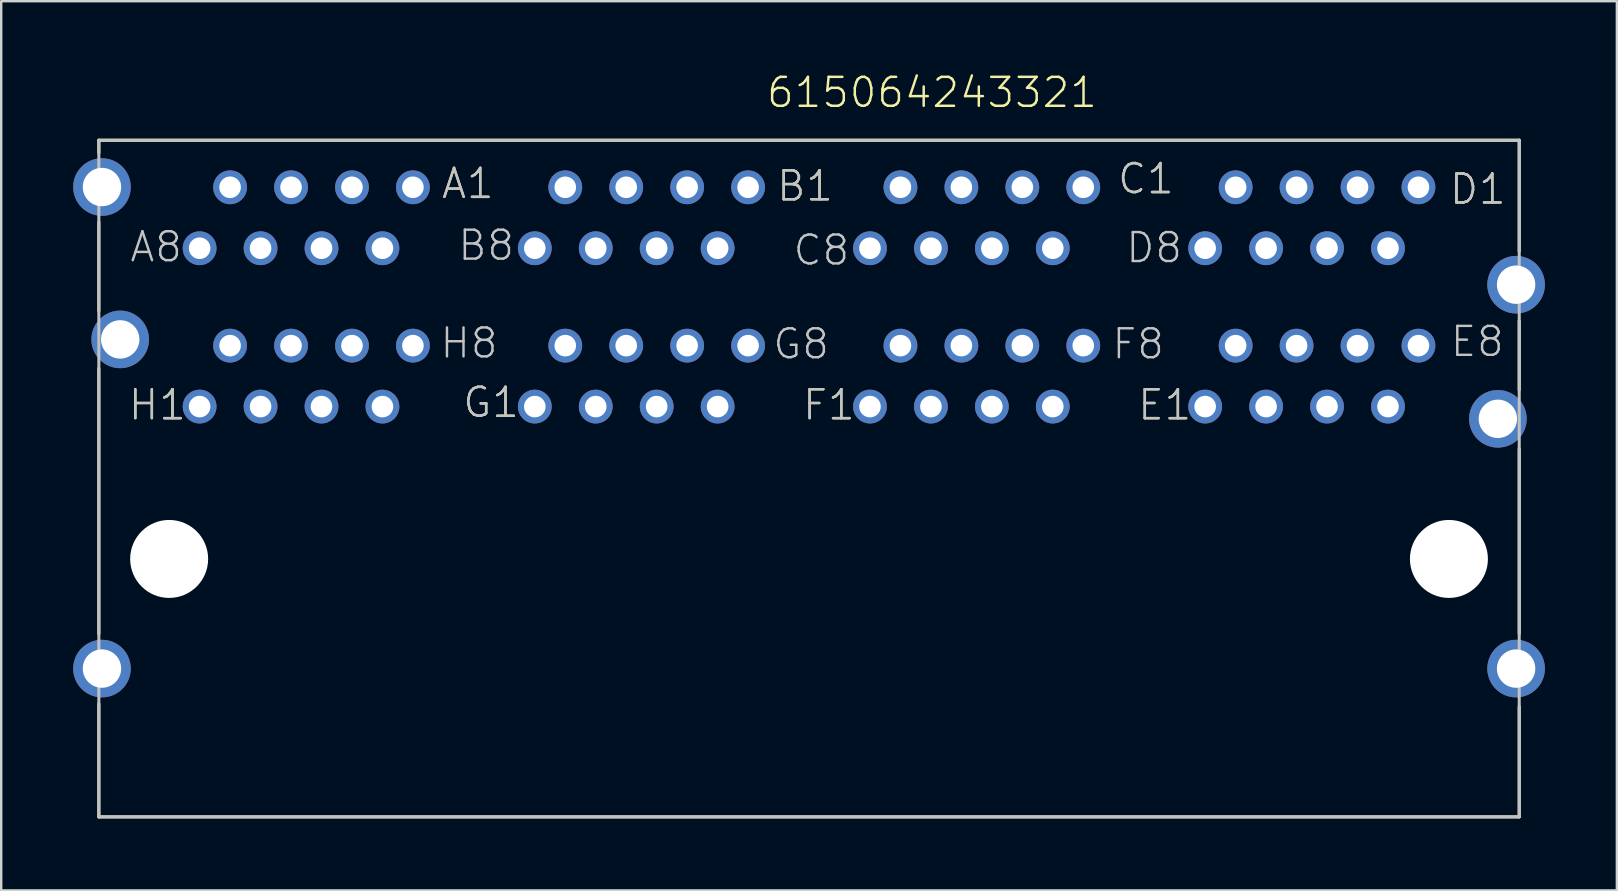
<source format=kicad_pcb>
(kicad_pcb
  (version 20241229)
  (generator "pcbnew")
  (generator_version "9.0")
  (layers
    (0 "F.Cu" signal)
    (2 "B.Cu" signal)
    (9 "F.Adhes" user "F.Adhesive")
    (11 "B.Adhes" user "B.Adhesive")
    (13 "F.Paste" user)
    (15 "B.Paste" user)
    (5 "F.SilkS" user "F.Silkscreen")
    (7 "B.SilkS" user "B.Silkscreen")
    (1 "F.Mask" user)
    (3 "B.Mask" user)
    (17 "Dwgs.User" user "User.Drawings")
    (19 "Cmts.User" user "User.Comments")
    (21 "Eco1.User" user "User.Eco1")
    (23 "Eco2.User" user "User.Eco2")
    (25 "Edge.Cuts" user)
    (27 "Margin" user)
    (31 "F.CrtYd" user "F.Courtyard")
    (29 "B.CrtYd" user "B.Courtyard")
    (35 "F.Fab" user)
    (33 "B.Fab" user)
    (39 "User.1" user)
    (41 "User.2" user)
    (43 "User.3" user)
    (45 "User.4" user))
  (footprint "615064243321"
    (layer "F.Cu")
    (at 30.67 20.246)
    (property "Reference" "615064243321" (at -1.835 -18.735 0) (layer "F.SilkS") (effects (font (size 1.206 1.206) (thickness 0.102)) (justify left bottom)))
    (attr through_hole)
    (fp_line (start -29.6 -17.45) (end 29.6 -17.45) (stroke (width 0.127) (type solid)) (layer "F.SilkS"))
    (fp_line (start -29.6 -16.93) (end -29.6 -17.45) (stroke (width 0.127) (type solid)) (layer "F.SilkS"))
    (fp_line (start -29.6 -14.04) (end -29.6 -10.34) (stroke (width 0.127) (type solid)) (layer "F.SilkS"))
    (fp_line (start -29.6 -7.94) (end -29.6 3.12) (stroke (width 0.127) (type solid)) (layer "F.SilkS"))
    (fp_line (start -29.6 10.75) (end -29.6 6.04) (stroke (width 0.127) (type solid)) (layer "F.SilkS"))
    (fp_line (start 29.6 -17.45) (end 29.6 -12.82) (stroke (width 0.127) (type solid)) (layer "F.SilkS"))
    (fp_line (start 29.6 -9.92) (end 29.6 -7.04) (stroke (width 0.127) (type solid)) (layer "F.SilkS"))
    (fp_line (start 29.6 -4.58) (end 29.6 3.12) (stroke (width 0.127) (type solid)) (layer "F.SilkS"))
    (fp_line (start 29.6 6.16) (end 29.6 10.75) (stroke (width 0.127) (type solid)) (layer "F.SilkS"))
    (fp_line (start 29.6 10.75) (end -29.6 10.75) (stroke (width 0.127) (type solid)) (layer "F.SilkS"))
    (fp_line (start -29.6 -17.45) (end 29.6 -17.45) (stroke (width 0.127) (type solid)) (layer "Dwgs.User"))
    (fp_line (start -29.6 10.75) (end -29.6 -17.45) (stroke (width 0.127) (type solid)) (layer "Dwgs.User"))
    (fp_line (start 29.6 -17.45) (end 29.6 10.75) (stroke (width 0.127) (type solid)) (layer "Dwgs.User"))
    (fp_line (start 29.6 10.75) (end -29.6 10.75) (stroke (width 0.127) (type solid)) (layer "Dwgs.User"))
    (fp_text user "G1" (at -14.5 -5.815 0) (layer "F.SilkS") (effects (font (size 1.206 1.206) (thickness 0.102)) (justify left bottom)))
    (fp_text user "D1" (at 26.63 -14.705 0) (layer "F.SilkS") (effects (font (size 1.206 1.206) (thickness 0.102)) (justify left bottom)))
    (fp_text user "A1" (at -15.38 -14.94 0) (layer "F.SilkS") (effects (font (size 1.206 1.206) (thickness 0.102)) (justify left bottom)))
    (fp_text user "E1" (at 13.64 -5.715 0) (layer "F.SilkS") (effects (font (size 1.206 1.206) (thickness 0.102)) (justify left bottom)))
    (fp_text user "H1" (at -28.435 -5.715 0) (layer "F.SilkS") (effects (font (size 1.206 1.206) (thickness 0.102)) (justify left bottom)))
    (fp_text user "C1" (at 12.795 -15.14 0) (layer "F.SilkS") (effects (font (size 1.206 1.206) (thickness 0.102)) (justify left bottom)))
    (fp_text user "B1" (at -1.41 -14.84 0) (layer "F.SilkS") (effects (font (size 1.206 1.206) (thickness 0.102)) (justify left bottom)))
    (fp_text user "F1" (at -0.33 -5.715 0) (layer "F.SilkS") (effects (font (size 1.206 1.206) (thickness 0.102)) (justify left bottom)))
    (fp_text user "G1" (at -14.5 -5.815 0) (layer "Dwgs.User") (effects (font (size 1.206 1.206) (thickness 0.102)) (justify left bottom)))
    (fp_text user "H1" (at -28.435 -5.715 0) (layer "Dwgs.User") (effects (font (size 1.206 1.206) (thickness 0.102)) (justify left bottom)))
    (fp_text user "B8" (at -14.7 -12.365 0) (layer "Dwgs.User") (effects (font (size 1.206 1.206) (thickness 0.102)) (justify left bottom)))
    (fp_text user "C8" (at -0.73 -12.165 0) (layer "Dwgs.User") (effects (font (size 1.206 1.206) (thickness 0.102)) (justify left bottom)))
    (fp_text user "E8" (at 26.665 -8.355 0) (layer "Dwgs.User") (effects (font (size 1.206 1.206) (thickness 0.102)) (justify left bottom)))
    (fp_text user "D8" (at 13.14 -12.265 0) (layer "Dwgs.User") (effects (font (size 1.206 1.206) (thickness 0.102)) (justify left bottom)))
    (fp_text user "C1" (at 12.795 -15.14 0) (layer "Dwgs.User") (effects (font (size 1.206 1.206) (thickness 0.102)) (justify left bottom)))
    (fp_text user "E1" (at 13.64 -5.715 0) (layer "Dwgs.User") (effects (font (size 1.206 1.206) (thickness 0.102)) (justify left bottom)))
    (fp_text user "D1" (at 26.63 -14.705 0) (layer "Dwgs.User") (effects (font (size 1.206 1.206) (thickness 0.102)) (justify left bottom)))
    (fp_text user "G8" (at -1.575 -8.255 0) (layer "Dwgs.User") (effects (font (size 1.206 1.206) (thickness 0.102)) (justify left bottom)))
    (fp_text user "F1" (at -0.33 -5.715 0) (layer "Dwgs.User") (effects (font (size 1.206 1.206) (thickness 0.102)) (justify left bottom)))
    (fp_text user "B1" (at -1.41 -14.84 0) (layer "Dwgs.User") (effects (font (size 1.206 1.206) (thickness 0.102)) (justify left bottom)))
    (fp_text user "A8" (at -28.37 -12.3 0) (layer "Dwgs.User") (effects (font (size 1.206 1.206) (thickness 0.102)) (justify left bottom)))
    (fp_text user "A1" (at -15.38 -14.94 0) (layer "Dwgs.User") (effects (font (size 1.206 1.206) (thickness 0.102)) (justify left bottom)))
    (fp_text user "H8" (at -15.445 -8.29 0) (layer "Dwgs.User") (effects (font (size 1.206 1.206) (thickness 0.102)) (justify left bottom)))
    (fp_text user "F8" (at 12.56 -8.255 0) (layer "Dwgs.User") (effects (font (size 1.206 1.206) (thickness 0.102)) (justify left bottom)))
    (pad "" np_thru_hole circle (at -26.67 0) (size 3.25 3.25) (drill 3.25) (layers "*.Cu"))
    (pad "" np_thru_hole circle (at 26.67 0) (size 3.25 3.25) (drill 3.25) (layers "*.Cu"))
    (pad "A1" thru_hole circle (at -16.51 -15.49) (size 1.408 1.408) (drill 0.9) (layers "*.Cu" "*.Mask"))
    (pad "A2" thru_hole circle (at -17.78 -12.95) (size 1.408 1.408) (drill 0.9) (layers "*.Cu" "*.Mask"))
    (pad "A3" thru_hole circle (at -19.05 -15.49) (size 1.408 1.408) (drill 0.9) (layers "*.Cu" "*.Mask"))
    (pad "A4" thru_hole circle (at -20.32 -12.95) (size 1.408 1.408) (drill 0.9) (layers "*.Cu" "*.Mask"))
    (pad "A5" thru_hole circle (at -21.59 -15.49) (size 1.408 1.408) (drill 0.9) (layers "*.Cu" "*.Mask"))
    (pad "A6" thru_hole circle (at -22.86 -12.95) (size 1.408 1.408) (drill 0.9) (layers "*.Cu" "*.Mask"))
    (pad "A7" thru_hole circle (at -24.13 -15.49) (size 1.408 1.408) (drill 0.9) (layers "*.Cu" "*.Mask"))
    (pad "A8" thru_hole circle (at -25.4 -12.95) (size 1.408 1.408) (drill 0.9) (layers "*.Cu" "*.Mask"))
    (pad "B1" thru_hole circle (at -2.54 -15.49) (size 1.408 1.408) (drill 0.9) (layers "*.Cu" "*.Mask"))
    (pad "B2" thru_hole circle (at -3.81 -12.95) (size 1.408 1.408) (drill 0.9) (layers "*.Cu" "*.Mask"))
    (pad "B3" thru_hole circle (at -5.08 -15.49) (size 1.408 1.408) (drill 0.9) (layers "*.Cu" "*.Mask"))
    (pad "B4" thru_hole circle (at -6.35 -12.95) (size 1.408 1.408) (drill 0.9) (layers "*.Cu" "*.Mask"))
    (pad "B5" thru_hole circle (at -7.62 -15.49) (size 1.408 1.408) (drill 0.9) (layers "*.Cu" "*.Mask"))
    (pad "B6" thru_hole circle (at -8.89 -12.95) (size 1.408 1.408) (drill 0.9) (layers "*.Cu" "*.Mask"))
    (pad "B7" thru_hole circle (at -10.16 -15.49) (size 1.408 1.408) (drill 0.9) (layers "*.Cu" "*.Mask"))
    (pad "B8" thru_hole circle (at -11.43 -12.95) (size 1.408 1.408) (drill 0.9) (layers "*.Cu" "*.Mask"))
    (pad "C1" thru_hole circle (at 11.43 -15.49) (size 1.408 1.408) (drill 0.9) (layers "*.Cu" "*.Mask"))
    (pad "C2" thru_hole circle (at 10.16 -12.95) (size 1.408 1.408) (drill 0.9) (layers "*.Cu" "*.Mask"))
    (pad "C3" thru_hole circle (at 8.89 -15.49) (size 1.408 1.408) (drill 0.9) (layers "*.Cu" "*.Mask"))
    (pad "C4" thru_hole circle (at 7.62 -12.95) (size 1.408 1.408) (drill 0.9) (layers "*.Cu" "*.Mask"))
    (pad "C5" thru_hole circle (at 6.35 -15.49) (size 1.408 1.408) (drill 0.9) (layers "*.Cu" "*.Mask"))
    (pad "C6" thru_hole circle (at 5.08 -12.95) (size 1.408 1.408) (drill 0.9) (layers "*.Cu" "*.Mask"))
    (pad "C7" thru_hole circle (at 3.81 -15.49) (size 1.408 1.408) (drill 0.9) (layers "*.Cu" "*.Mask"))
    (pad "C8" thru_hole circle (at 2.54 -12.95) (size 1.408 1.408) (drill 0.9) (layers "*.Cu" "*.Mask"))
    (pad "D1" thru_hole circle (at 25.4 -15.49) (size 1.408 1.408) (drill 0.9) (layers "*.Cu" "*.Mask"))
    (pad "D2" thru_hole circle (at 24.13 -12.95) (size 1.408 1.408) (drill 0.9) (layers "*.Cu" "*.Mask"))
    (pad "D3" thru_hole circle (at 22.86 -15.49) (size 1.408 1.408) (drill 0.9) (layers "*.Cu" "*.Mask"))
    (pad "D4" thru_hole circle (at 21.59 -12.95) (size 1.408 1.408) (drill 0.9) (layers "*.Cu" "*.Mask"))
    (pad "D5" thru_hole circle (at 20.32 -15.49) (size 1.408 1.408) (drill 0.9) (layers "*.Cu" "*.Mask"))
    (pad "D6" thru_hole circle (at 19.05 -12.95) (size 1.408 1.408) (drill 0.9) (layers "*.Cu" "*.Mask"))
    (pad "D7" thru_hole circle (at 17.78 -15.49) (size 1.408 1.408) (drill 0.9) (layers "*.Cu" "*.Mask"))
    (pad "D8" thru_hole circle (at 16.51 -12.95) (size 1.408 1.408) (drill 0.9) (layers "*.Cu" "*.Mask"))
    (pad "E1" thru_hole circle (at 16.51 -6.35) (size 1.408 1.408) (drill 0.9) (layers "*.Cu" "*.Mask"))
    (pad "E2" thru_hole circle (at 17.78 -8.89) (size 1.408 1.408) (drill 0.9) (layers "*.Cu" "*.Mask"))
    (pad "E3" thru_hole circle (at 19.05 -6.35) (size 1.408 1.408) (drill 0.9) (layers "*.Cu" "*.Mask"))
    (pad "E4" thru_hole circle (at 20.32 -8.89) (size 1.408 1.408) (drill 0.9) (layers "*.Cu" "*.Mask"))
    (pad "E5" thru_hole circle (at 21.59 -6.35) (size 1.408 1.408) (drill 0.9) (layers "*.Cu" "*.Mask"))
    (pad "E6" thru_hole circle (at 22.86 -8.89) (size 1.408 1.408) (drill 0.9) (layers "*.Cu" "*.Mask"))
    (pad "E7" thru_hole circle (at 24.13 -6.35) (size 1.408 1.408) (drill 0.9) (layers "*.Cu" "*.Mask"))
    (pad "E8" thru_hole circle (at 25.4 -8.89) (size 1.408 1.408) (drill 0.9) (layers "*.Cu" "*.Mask"))
    (pad "F1" thru_hole circle (at 2.54 -6.35) (size 1.408 1.408) (drill 0.9) (layers "*.Cu" "*.Mask"))
    (pad "F2" thru_hole circle (at 3.81 -8.89) (size 1.408 1.408) (drill 0.9) (layers "*.Cu" "*.Mask"))
    (pad "F3" thru_hole circle (at 5.08 -6.35) (size 1.408 1.408) (drill 0.9) (layers "*.Cu" "*.Mask"))
    (pad "F4" thru_hole circle (at 6.35 -8.89) (size 1.408 1.408) (drill 0.9) (layers "*.Cu" "*.Mask"))
    (pad "F5" thru_hole circle (at 7.62 -6.35) (size 1.408 1.408) (drill 0.9) (layers "*.Cu" "*.Mask"))
    (pad "F6" thru_hole circle (at 8.89 -8.89) (size 1.408 1.408) (drill 0.9) (layers "*.Cu" "*.Mask"))
    (pad "F7" thru_hole circle (at 10.16 -6.35) (size 1.408 1.408) (drill 0.9) (layers "*.Cu" "*.Mask"))
    (pad "F8" thru_hole circle (at 11.43 -8.89) (size 1.408 1.408) (drill 0.9) (layers "*.Cu" "*.Mask"))
    (pad "G1" thru_hole circle (at -11.43 -6.35) (size 1.408 1.408) (drill 0.9) (layers "*.Cu" "*.Mask"))
    (pad "G2" thru_hole circle (at -10.16 -8.89) (size 1.408 1.408) (drill 0.9) (layers "*.Cu" "*.Mask"))
    (pad "G3" thru_hole circle (at -8.89 -6.35) (size 1.408 1.408) (drill 0.9) (layers "*.Cu" "*.Mask"))
    (pad "G4" thru_hole circle (at -7.62 -8.89) (size 1.408 1.408) (drill 0.9) (layers "*.Cu" "*.Mask"))
    (pad "G5" thru_hole circle (at -6.35 -6.35) (size 1.408 1.408) (drill 0.9) (layers "*.Cu" "*.Mask"))
    (pad "G6" thru_hole circle (at -5.08 -8.89) (size 1.408 1.408) (drill 0.9) (layers "*.Cu" "*.Mask"))
    (pad "G7" thru_hole circle (at -3.81 -6.35) (size 1.408 1.408) (drill 0.9) (layers "*.Cu" "*.Mask"))
    (pad "G8" thru_hole circle (at -2.54 -8.89) (size 1.408 1.408) (drill 0.9) (layers "*.Cu" "*.Mask"))
    (pad "H1" thru_hole circle (at -25.4 -6.35) (size 1.408 1.408) (drill 0.9) (layers "*.Cu" "*.Mask"))
    (pad "H2" thru_hole circle (at -24.13 -8.89) (size 1.408 1.408) (drill 0.9) (layers "*.Cu" "*.Mask"))
    (pad "H3" thru_hole circle (at -22.86 -6.35) (size 1.408 1.408) (drill 0.9) (layers "*.Cu" "*.Mask"))
    (pad "H4" thru_hole circle (at -21.59 -8.89) (size 1.408 1.408) (drill 0.9) (layers "*.Cu" "*.Mask"))
    (pad "H5" thru_hole circle (at -20.32 -6.35) (size 1.408 1.408) (drill 0.9) (layers "*.Cu" "*.Mask"))
    (pad "H6" thru_hole circle (at -19.05 -8.89) (size 1.408 1.408) (drill 0.9) (layers "*.Cu" "*.Mask"))
    (pad "H7" thru_hole circle (at -17.78 -6.35) (size 1.408 1.408) (drill 0.9) (layers "*.Cu" "*.Mask"))
    (pad "H8" thru_hole circle (at -16.51 -8.89) (size 1.408 1.408) (drill 0.9) (layers "*.Cu" "*.Mask"))
    (pad "SHEL" thru_hole circle (at -29.47 -15.5) (size 2.4 2.4) (drill 1.6) (layers "*.Cu" "*.Mask"))
    (pad "SHEL" thru_hole circle (at -29.47 4.57) (size 2.4 2.4) (drill 1.6) (layers "*.Cu" "*.Mask"))
    (pad "SHEL" thru_hole circle (at -28.71 -9.15) (size 2.4 2.4) (drill 1.6) (layers "*.Cu" "*.Mask"))
    (pad "SHEL" thru_hole circle (at 28.71 -5.84) (size 2.4 2.4) (drill 1.6) (layers "*.Cu" "*.Mask"))
    (pad "SHEL" thru_hole circle (at 29.47 -11.43) (size 2.4 2.4) (drill 1.6) (layers "*.Cu" "*.Mask"))
    (pad "SHEL" thru_hole circle (at 29.47 4.57) (size 2.4 2.4) (drill 1.6) (layers "*.Cu" "*.Mask")))
  (gr_rect
    (start -3 -3)
    (end 64.34 34.06)
    (stroke (width 0.1) (type default))
    (fill no)
    (layer "Edge.Cuts")))
</source>
